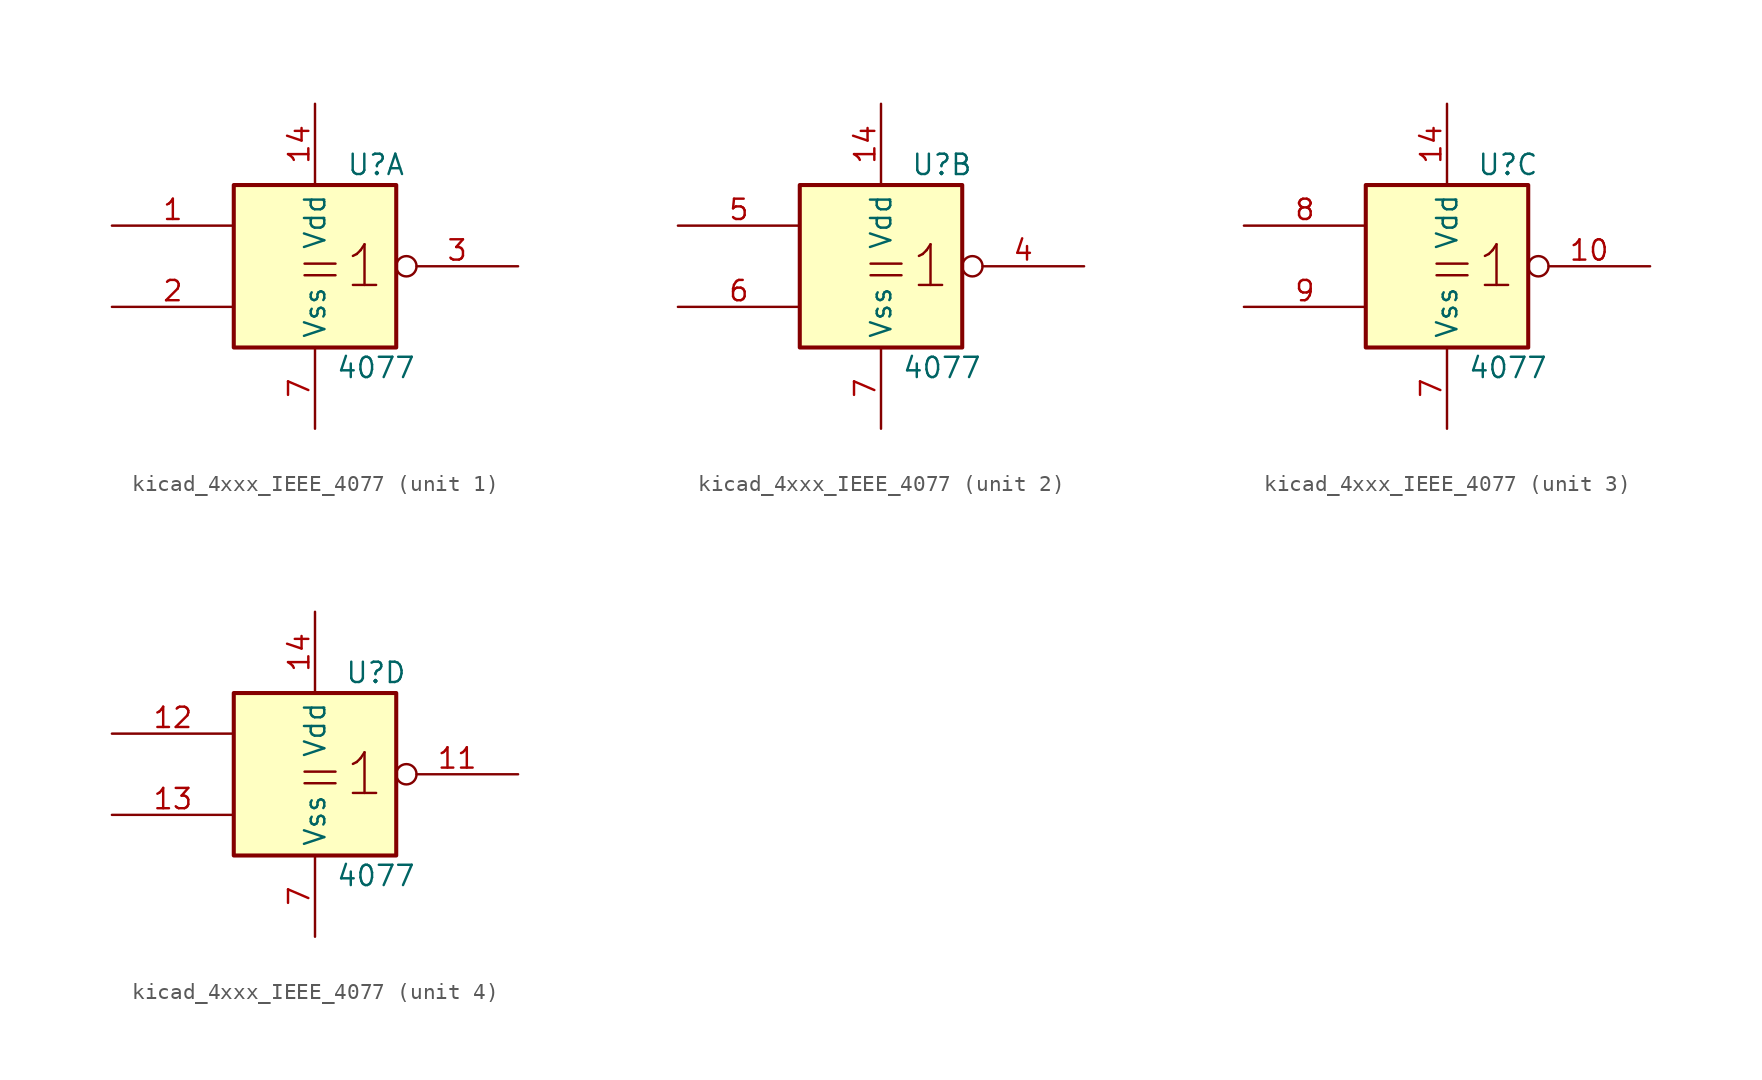
<source format=kicad_sym>
(kicad_symbol_lib
  (version 20220914)
  (generator kicad_symbol_editor)
  (symbol "kicad_4xxx_IEEE_4077"
    (property "Reference" "U"
      (at 3.81 6.35 0)
      (effects (font (size 1.27 1.27))))
    (property "Value" "4077"
      (at 3.81 -6.35 0)
      (effects (font (size 1.27 1.27))))
    (symbol "kicad_4xxx_IEEE_4077_0_0"
      (rectangle (start -5.08 5.08) (end 5.08 -5.08) (stroke (width 0.254) (type default)) (fill (type background)))
      (text "=1" (at 1.524 0 0) (effects (font (size 2.54 2.54))))
      (pin power_in line (at 0 10.16 270) (length 5.08) (name "Vdd" (effects (font (size 1.27 1.27)))) (number "14" (effects (font (size 1.27 1.27)))))
      (pin power_in line (at 0 -10.16 90) (length 5.08) (name "Vss" (effects (font (size 1.27 1.27)))) (number "7" (effects (font (size 1.27 1.27))))))
    (symbol "kicad_4xxx_IEEE_4077_1_1"
      (pin input line (at -12.7 2.54 0) (length 7.62) (name "~" (effects (font (size 1.27 1.27)))) (number "1" (effects (font (size 1.27 1.27)))))
      (pin input line (at -12.7 -2.54 0) (length 7.62) (name "~" (effects (font (size 1.27 1.27)))) (number "2" (effects (font (size 1.27 1.27)))))
      (pin output inverted (at 12.7 0 180) (length 7.62) (name "~" (effects (font (size 1.27 1.27)))) (number "3" (effects (font (size 1.27 1.27))))))
    (symbol "kicad_4xxx_IEEE_4077_2_1"
      (pin output inverted (at 12.7 0 180) (length 7.62) (name "~" (effects (font (size 1.27 1.27)))) (number "4" (effects (font (size 1.27 1.27)))))
      (pin input line (at -12.7 2.54 0) (length 7.62) (name "~" (effects (font (size 1.27 1.27)))) (number "5" (effects (font (size 1.27 1.27)))))
      (pin input line (at -12.7 -2.54 0) (length 7.62) (name "~" (effects (font (size 1.27 1.27)))) (number "6" (effects (font (size 1.27 1.27))))))
    (symbol "kicad_4xxx_IEEE_4077_3_1"
      (pin output inverted (at 12.7 0 180) (length 7.62) (name "~" (effects (font (size 1.27 1.27)))) (number "10" (effects (font (size 1.27 1.27)))))
      (pin input line (at -12.7 2.54 0) (length 7.62) (name "~" (effects (font (size 1.27 1.27)))) (number "8" (effects (font (size 1.27 1.27)))))
      (pin input line (at -12.7 -2.54 0) (length 7.62) (name "~" (effects (font (size 1.27 1.27)))) (number "9" (effects (font (size 1.27 1.27))))))
    (symbol "kicad_4xxx_IEEE_4077_4_1"
      (pin output inverted (at 12.7 0 180) (length 7.62) (name "~" (effects (font (size 1.27 1.27)))) (number "11" (effects (font (size 1.27 1.27)))))
      (pin input line (at -12.7 2.54 0) (length 7.62) (name "~" (effects (font (size 1.27 1.27)))) (number "12" (effects (font (size 1.27 1.27)))))
      (pin input line (at -12.7 -2.54 0) (length 7.62) (name "~" (effects (font (size 1.27 1.27)))) (number "13" (effects (font (size 1.27 1.27))))))))
</source>
